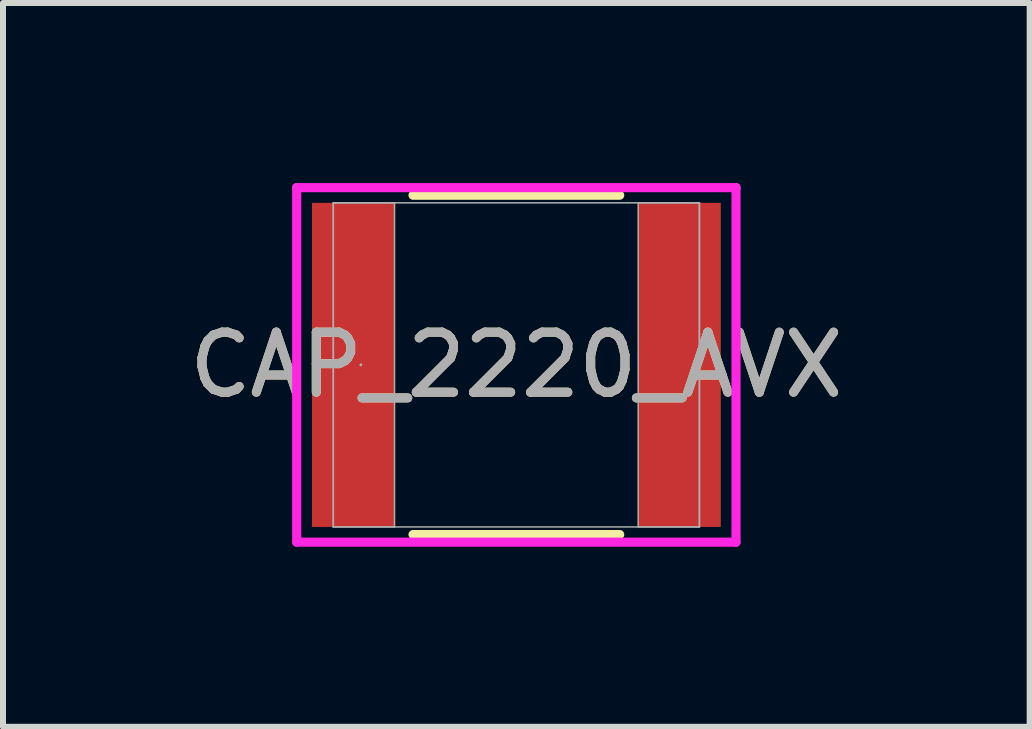
<source format=kicad_pcb>
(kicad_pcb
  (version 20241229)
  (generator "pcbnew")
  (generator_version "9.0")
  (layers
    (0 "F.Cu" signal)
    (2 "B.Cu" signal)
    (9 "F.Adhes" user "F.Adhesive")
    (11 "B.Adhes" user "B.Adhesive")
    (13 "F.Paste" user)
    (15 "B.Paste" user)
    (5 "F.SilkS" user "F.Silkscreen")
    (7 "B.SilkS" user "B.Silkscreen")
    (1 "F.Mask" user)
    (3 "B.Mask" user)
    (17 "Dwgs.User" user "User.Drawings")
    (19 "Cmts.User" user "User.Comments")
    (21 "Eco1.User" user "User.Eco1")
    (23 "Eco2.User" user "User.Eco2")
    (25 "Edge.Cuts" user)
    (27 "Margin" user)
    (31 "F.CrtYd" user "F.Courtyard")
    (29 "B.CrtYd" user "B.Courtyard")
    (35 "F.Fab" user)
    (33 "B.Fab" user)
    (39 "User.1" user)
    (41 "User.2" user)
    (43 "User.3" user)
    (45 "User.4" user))
  (footprint "CAP_2220_AVX"
    (layer "F.Cu")
    (at 5.554 3.03)
    (property "Reference" "CAP_2220_AVX" (at 0 0 0) (unlocked yes) (layer "F.SilkS") (effects (font (size 1 1) (thickness 0.15))))
    (attr smd)
    (fp_line (start -1.722 2.827) (end 1.722 2.827) (stroke (width 0.152) (type solid)) (layer "F.SilkS"))
    (fp_line (start 1.722 -2.827) (end -1.722 -2.827) (stroke (width 0.152) (type solid)) (layer "F.SilkS"))
    (fp_line (start -3.66 -2.954) (end 3.66 -2.954) (stroke (width 0.152) (type solid)) (layer "F.CrtYd"))
    (fp_line (start -3.66 2.954) (end -3.66 -2.954) (stroke (width 0.152) (type solid)) (layer "F.CrtYd"))
    (fp_line (start 3.66 -2.954) (end 3.66 2.954) (stroke (width 0.152) (type solid)) (layer "F.CrtYd"))
    (fp_line (start 3.66 2.954) (end -3.66 2.954) (stroke (width 0.152) (type solid)) (layer "F.CrtYd"))
    (fp_line (start -3.05 -2.7) (end -3.05 2.7) (stroke (width 0.025) (type solid)) (layer "F.Fab"))
    (fp_line (start -3.05 -2.7) (end -3.05 2.7) (stroke (width 0.025) (type solid)) (layer "F.Fab"))
    (fp_line (start -3.05 2.7) (end -2.03 2.7) (stroke (width 0.025) (type solid)) (layer "F.Fab"))
    (fp_line (start -3.05 2.7) (end 3.05 2.7) (stroke (width 0.025) (type solid)) (layer "F.Fab"))
    (fp_line (start -2.03 -2.7) (end -3.05 -2.7) (stroke (width 0.025) (type solid)) (layer "F.Fab"))
    (fp_line (start -2.03 2.7) (end -2.03 -2.7) (stroke (width 0.025) (type solid)) (layer "F.Fab"))
    (fp_line (start 2.03 -2.7) (end 2.03 2.7) (stroke (width 0.025) (type solid)) (layer "F.Fab"))
    (fp_line (start 2.03 2.7) (end 3.05 2.7) (stroke (width 0.025) (type solid)) (layer "F.Fab"))
    (fp_line (start 3.05 -2.7) (end -3.05 -2.7) (stroke (width 0.025) (type solid)) (layer "F.Fab"))
    (fp_line (start 3.05 -2.7) (end 2.03 -2.7) (stroke (width 0.025) (type solid)) (layer "F.Fab"))
    (fp_line (start 3.05 2.7) (end 3.05 -2.7) (stroke (width 0.025) (type solid)) (layer "F.Fab"))
    (fp_line (start 3.05 2.7) (end 3.05 -2.7) (stroke (width 0.025) (type solid)) (layer "F.Fab"))
    (fp_circle (center -2.591 0) (end -2.591 0) (stroke (width 0.025) (type solid)) (fill no) (layer "F.Fab"))
    (fp_text user "${REFERENCE}" (at 0 0 0) (unlocked yes) (layer "F.Fab") (effects (font (size 1 1) (thickness 0.15))))
    (pad "1" smd rect (at -2.718 0) (size 1.376 5.4) (layers "F.Cu" "F.Mask" "F.Paste"))
    (pad "2" smd rect (at 2.718 0) (size 1.376 5.4) (layers "F.Cu" "F.Mask" "F.Paste"))
    (zone (net_name "") (layer "F.Cu") (hatch full 0.508) (connect_pads) (min_thickness 0.254) (filled_areas_thickness no) (keepout (tracks not_allowed) (vias not_allowed) (pads allowed) (copperpour not_allowed) (footprints allowed)) (placement (enabled no)) (fill) (polygon (pts (xy 3.574 0.381) (xy 7.533 0.381) (xy 7.533 5.679) (xy 3.574 5.679)))))
  (gr_rect
    (start -3 -3)
    (end 14.107 9.06)
    (stroke (width 0.1) (type default))
    (fill no)
    (layer "Edge.Cuts")))
</source>
